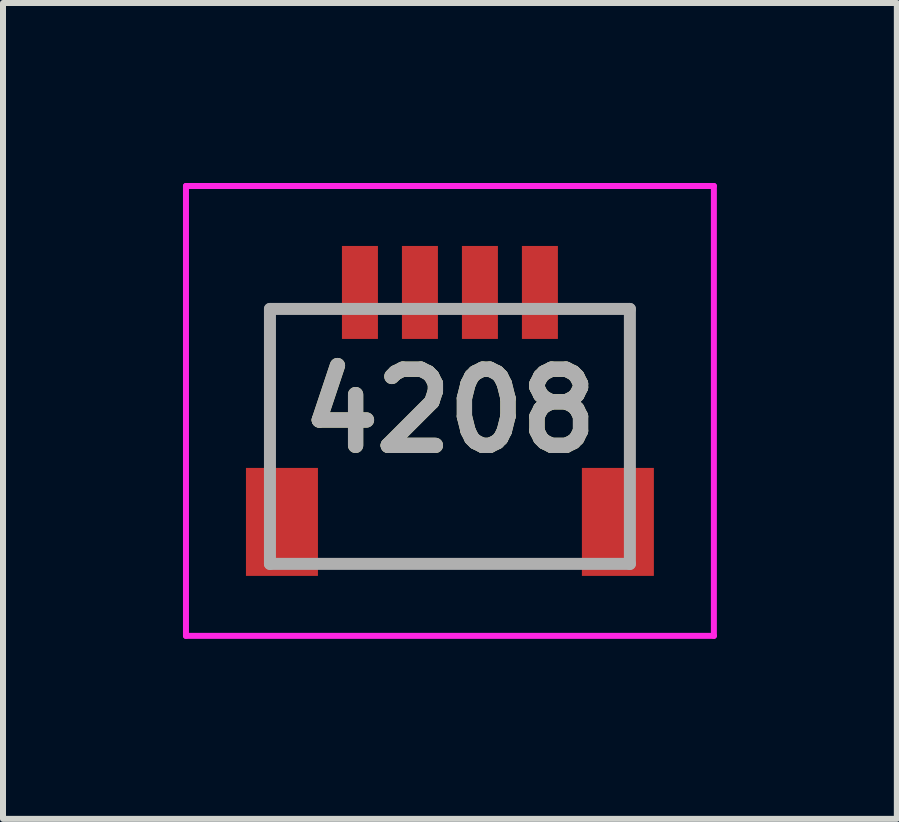
<source format=kicad_pcb>
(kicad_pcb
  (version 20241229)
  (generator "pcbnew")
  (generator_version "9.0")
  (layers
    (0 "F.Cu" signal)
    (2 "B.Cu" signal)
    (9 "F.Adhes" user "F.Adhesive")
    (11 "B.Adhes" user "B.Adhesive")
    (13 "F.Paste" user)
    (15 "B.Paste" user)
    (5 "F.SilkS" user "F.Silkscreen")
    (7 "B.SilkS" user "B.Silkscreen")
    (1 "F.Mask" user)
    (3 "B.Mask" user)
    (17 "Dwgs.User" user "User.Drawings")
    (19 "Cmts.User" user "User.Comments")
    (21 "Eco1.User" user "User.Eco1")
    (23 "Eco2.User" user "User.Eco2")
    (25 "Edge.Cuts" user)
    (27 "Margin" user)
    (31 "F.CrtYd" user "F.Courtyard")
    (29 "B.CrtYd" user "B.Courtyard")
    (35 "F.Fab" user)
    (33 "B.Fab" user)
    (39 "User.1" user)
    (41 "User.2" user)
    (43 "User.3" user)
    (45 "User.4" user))
  (footprint "4208"
    (layer "F.Cu")
    (at 4.45 3.8)
    (property "Reference" "4208" (at 0 0 0) (layer "F.SilkS") (effects (font (size 1.27 1.27) (thickness 0.254))))
    (attr smd)
    (fp_line (start -3 -1.7) (end -3 0.75) (stroke (width 0.1) (type solid)) (layer "F.SilkS"))
    (fp_line (start -2 -1.7) (end -3 -1.7) (stroke (width 0.1) (type solid)) (layer "F.SilkS"))
    (fp_line (start -2 2.55) (end 2 2.55) (stroke (width 0.1) (type solid)) (layer "F.SilkS"))
    (fp_line (start 2 -1.7) (end 3 -1.7) (stroke (width 0.1) (type solid)) (layer "F.SilkS"))
    (fp_line (start 3 -1.7) (end 3 0.75) (stroke (width 0.1) (type solid)) (layer "F.SilkS"))
    (fp_line (start -4.4 -3.75) (end 4.4 -3.75) (stroke (width 0.1) (type solid)) (layer "F.CrtYd"))
    (fp_line (start -4.4 3.75) (end -4.4 -3.75) (stroke (width 0.1) (type solid)) (layer "F.CrtYd"))
    (fp_line (start 4.4 -3.75) (end 4.4 3.75) (stroke (width 0.1) (type solid)) (layer "F.CrtYd"))
    (fp_line (start 4.4 3.75) (end -4.4 3.75) (stroke (width 0.1) (type solid)) (layer "F.CrtYd"))
    (fp_line (start -3 -1.7) (end 3 -1.7) (stroke (width 0.2) (type solid)) (layer "F.Fab"))
    (fp_line (start -3 2.55) (end -3 -1.7) (stroke (width 0.2) (type solid)) (layer "F.Fab"))
    (fp_line (start 3 -1.7) (end 3 2.55) (stroke (width 0.2) (type solid)) (layer "F.Fab"))
    (fp_line (start 3 2.55) (end -3 2.55) (stroke (width 0.2) (type solid)) (layer "F.Fab"))
    (fp_text user "${REFERENCE}" (at 0 0 0) (layer "F.Fab") (effects (font (size 1.27 1.27) (thickness 0.254))))
    (pad "1" smd rect (at -1.5 -1.975) (size 0.6 1.55) (layers "F.Cu" "F.Mask" "F.Paste"))
    (pad "2" smd rect (at -0.5 -1.975) (size 0.6 1.55) (layers "F.Cu" "F.Mask" "F.Paste"))
    (pad "3" smd rect (at 0.5 -1.975) (size 0.6 1.55) (layers "F.Cu" "F.Mask" "F.Paste"))
    (pad "4" smd rect (at 1.5 -1.975) (size 0.6 1.55) (layers "F.Cu" "F.Mask" "F.Paste"))
    (pad "5" smd rect (at -2.8 1.85) (size 1.2 1.8) (layers "F.Cu" "F.Mask" "F.Paste"))
    (pad "6" smd rect (at 2.8 1.85) (size 1.2 1.8) (layers "F.Cu" "F.Mask" "F.Paste")))
  (gr_rect
    (start -3 -3)
    (end 11.9 10.6)
    (stroke (width 0.1) (type default))
    (fill no)
    (layer "Edge.Cuts")))
</source>
